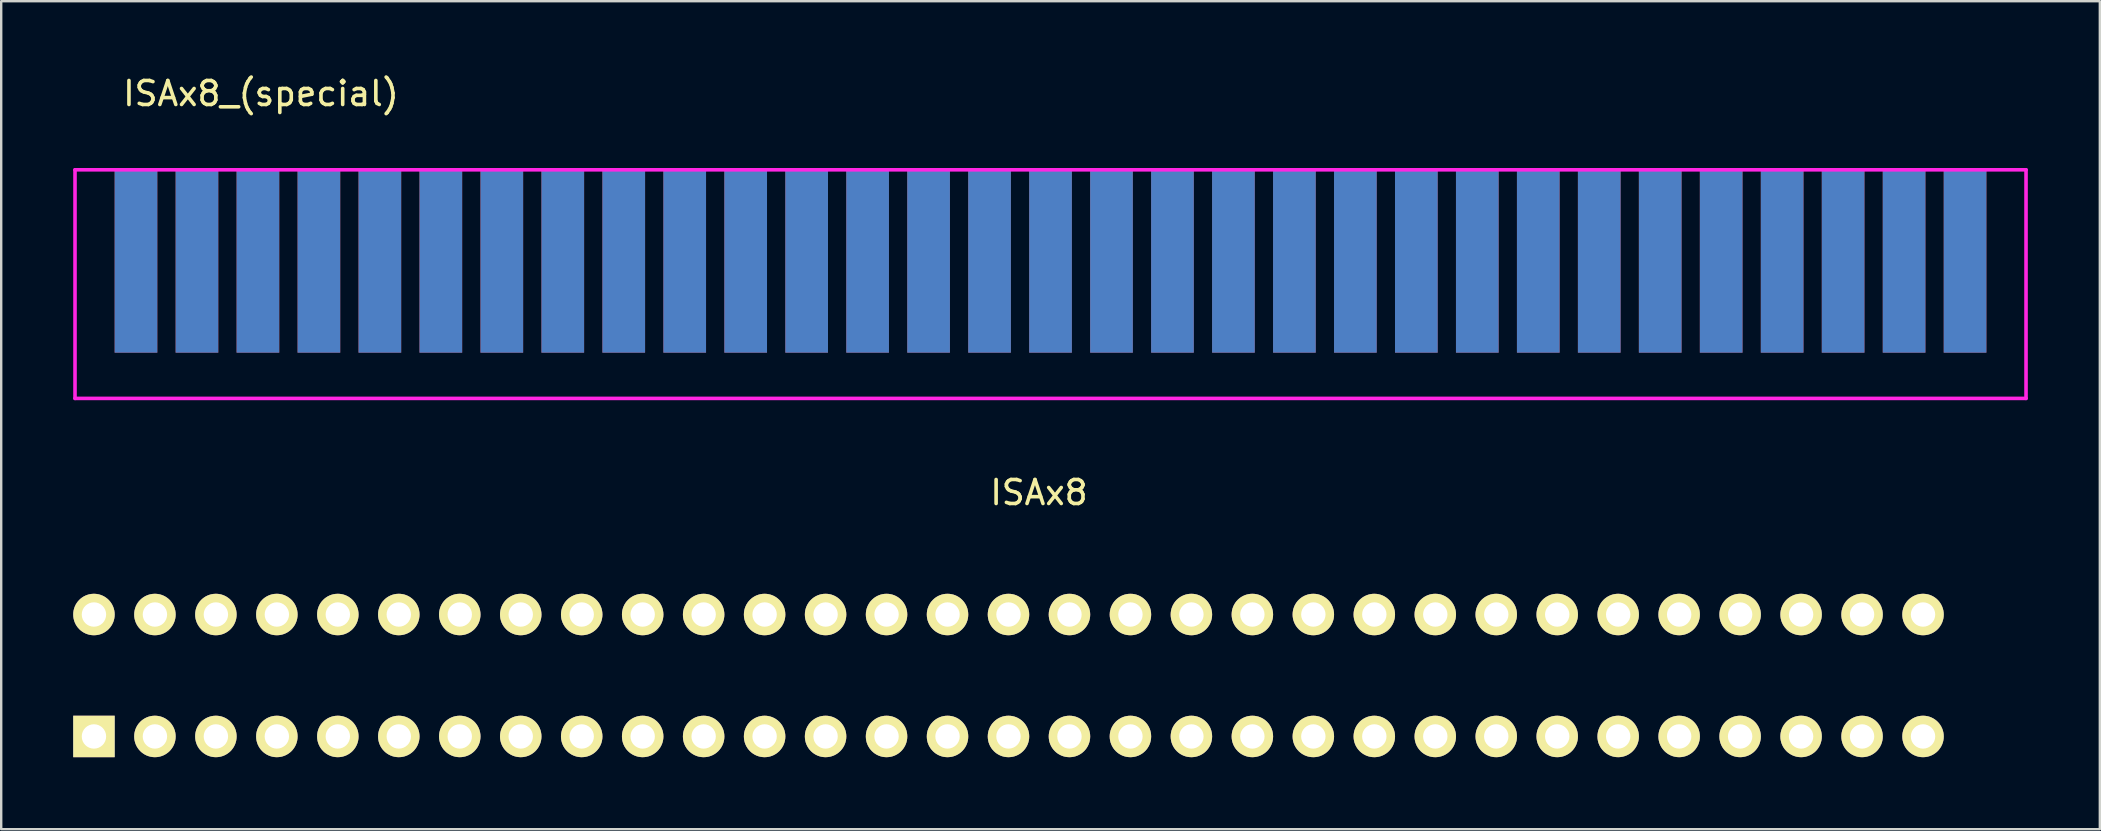
<source format=kicad_pcb>
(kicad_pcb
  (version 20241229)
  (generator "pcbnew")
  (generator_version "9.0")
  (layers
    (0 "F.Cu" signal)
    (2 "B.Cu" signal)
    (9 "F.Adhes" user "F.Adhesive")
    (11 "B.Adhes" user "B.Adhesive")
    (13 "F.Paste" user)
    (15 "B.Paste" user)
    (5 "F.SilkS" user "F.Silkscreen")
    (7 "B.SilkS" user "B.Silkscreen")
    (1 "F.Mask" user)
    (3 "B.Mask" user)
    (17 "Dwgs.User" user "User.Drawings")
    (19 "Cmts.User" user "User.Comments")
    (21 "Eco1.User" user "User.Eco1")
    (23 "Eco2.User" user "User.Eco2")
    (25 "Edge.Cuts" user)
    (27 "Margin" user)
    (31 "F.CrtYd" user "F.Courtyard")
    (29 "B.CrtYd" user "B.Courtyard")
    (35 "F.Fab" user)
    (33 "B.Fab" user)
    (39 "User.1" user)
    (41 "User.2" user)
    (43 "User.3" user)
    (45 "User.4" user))
  (footprint "ISAx8"
    (layer "F.Cu")
    (at 0.864 25.091)
    (property "Reference" "ISAx8" (at 39.37 -7.62 0) (layer "F.SilkS") (effects (font (size 1 1) (thickness 0.15))))
    (attr through_hole)
    (pad "1" thru_hole rect (at 0 2.54) (size 1.727 1.727) (drill 1.016) (layers "*.Cu" "*.Mask" "F.SilkS"))
    (pad "2" thru_hole oval (at 0 -2.54) (size 1.727 1.727) (drill 1.016) (layers "*.Cu" "*.Mask" "F.SilkS"))
    (pad "3" thru_hole oval (at 2.54 2.54) (size 1.727 1.727) (drill 1.016) (layers "*.Cu" "*.Mask" "F.SilkS"))
    (pad "4" thru_hole oval (at 2.54 -2.54) (size 1.727 1.727) (drill 1.016) (layers "*.Cu" "*.Mask" "F.SilkS"))
    (pad "5" thru_hole oval (at 5.08 2.54) (size 1.727 1.727) (drill 1.016) (layers "*.Cu" "*.Mask" "F.SilkS"))
    (pad "6" thru_hole oval (at 5.08 -2.54) (size 1.727 1.727) (drill 1.016) (layers "*.Cu" "*.Mask" "F.SilkS"))
    (pad "7" thru_hole oval (at 7.62 2.54) (size 1.727 1.727) (drill 1.016) (layers "*.Cu" "*.Mask" "F.SilkS"))
    (pad "8" thru_hole oval (at 7.62 -2.54) (size 1.727 1.727) (drill 1.016) (layers "*.Cu" "*.Mask" "F.SilkS"))
    (pad "9" thru_hole oval (at 10.16 2.54) (size 1.727 1.727) (drill 1.016) (layers "*.Cu" "*.Mask" "F.SilkS"))
    (pad "10" thru_hole oval (at 10.16 -2.54) (size 1.727 1.727) (drill 1.016) (layers "*.Cu" "*.Mask" "F.SilkS"))
    (pad "11" thru_hole oval (at 12.7 2.54) (size 1.727 1.727) (drill 1.016) (layers "*.Cu" "*.Mask" "F.SilkS"))
    (pad "12" thru_hole oval (at 12.7 -2.54) (size 1.727 1.727) (drill 1.016) (layers "*.Cu" "*.Mask" "F.SilkS"))
    (pad "13" thru_hole oval (at 15.24 2.54) (size 1.727 1.727) (drill 1.016) (layers "*.Cu" "*.Mask" "F.SilkS"))
    (pad "14" thru_hole oval (at 15.24 -2.54) (size 1.727 1.727) (drill 1.016) (layers "*.Cu" "*.Mask" "F.SilkS"))
    (pad "15" thru_hole oval (at 17.78 2.54) (size 1.727 1.727) (drill 1.016) (layers "*.Cu" "*.Mask" "F.SilkS"))
    (pad "16" thru_hole oval (at 17.78 -2.54) (size 1.727 1.727) (drill 1.016) (layers "*.Cu" "*.Mask" "F.SilkS"))
    (pad "17" thru_hole oval (at 20.32 2.54) (size 1.727 1.727) (drill 1.016) (layers "*.Cu" "*.Mask" "F.SilkS"))
    (pad "18" thru_hole oval (at 20.32 -2.54) (size 1.727 1.727) (drill 1.016) (layers "*.Cu" "*.Mask" "F.SilkS"))
    (pad "19" thru_hole oval (at 22.86 2.54) (size 1.727 1.727) (drill 1.016) (layers "*.Cu" "*.Mask" "F.SilkS"))
    (pad "20" thru_hole oval (at 22.86 -2.54) (size 1.727 1.727) (drill 1.016) (layers "*.Cu" "*.Mask" "F.SilkS"))
    (pad "21" thru_hole oval (at 25.4 2.54) (size 1.727 1.727) (drill 1.016) (layers "*.Cu" "*.Mask" "F.SilkS"))
    (pad "22" thru_hole oval (at 25.4 -2.54) (size 1.727 1.727) (drill 1.016) (layers "*.Cu" "*.Mask" "F.SilkS"))
    (pad "23" thru_hole oval (at 27.94 2.54) (size 1.727 1.727) (drill 1.016) (layers "*.Cu" "*.Mask" "F.SilkS"))
    (pad "24" thru_hole oval (at 27.94 -2.54) (size 1.727 1.727) (drill 1.016) (layers "*.Cu" "*.Mask" "F.SilkS"))
    (pad "25" thru_hole oval (at 30.48 2.54) (size 1.727 1.727) (drill 1.016) (layers "*.Cu" "*.Mask" "F.SilkS"))
    (pad "26" thru_hole oval (at 30.48 -2.54) (size 1.727 1.727) (drill 1.016) (layers "*.Cu" "*.Mask" "F.SilkS"))
    (pad "27" thru_hole oval (at 33.02 2.54) (size 1.727 1.727) (drill 1.016) (layers "*.Cu" "*.Mask" "F.SilkS"))
    (pad "28" thru_hole oval (at 33.02 -2.54) (size 1.727 1.727) (drill 1.016) (layers "*.Cu" "*.Mask" "F.SilkS"))
    (pad "29" thru_hole oval (at 35.56 2.54) (size 1.727 1.727) (drill 1.016) (layers "*.Cu" "*.Mask" "F.SilkS"))
    (pad "30" thru_hole oval (at 35.56 -2.54) (size 1.727 1.727) (drill 1.016) (layers "*.Cu" "*.Mask" "F.SilkS"))
    (pad "31" thru_hole oval (at 38.1 2.54) (size 1.727 1.727) (drill 1.016) (layers "*.Cu" "*.Mask" "F.SilkS"))
    (pad "32" thru_hole oval (at 38.1 -2.54) (size 1.727 1.727) (drill 1.016) (layers "*.Cu" "*.Mask" "F.SilkS"))
    (pad "33" thru_hole oval (at 40.64 2.54) (size 1.727 1.727) (drill 1.016) (layers "*.Cu" "*.Mask" "F.SilkS"))
    (pad "34" thru_hole oval (at 40.64 -2.54) (size 1.727 1.727) (drill 1.016) (layers "*.Cu" "*.Mask" "F.SilkS"))
    (pad "35" thru_hole oval (at 43.18 2.54) (size 1.727 1.727) (drill 1.016) (layers "*.Cu" "*.Mask" "F.SilkS"))
    (pad "36" thru_hole oval (at 43.18 -2.54) (size 1.727 1.727) (drill 1.016) (layers "*.Cu" "*.Mask" "F.SilkS"))
    (pad "37" thru_hole oval (at 45.72 2.54) (size 1.727 1.727) (drill 1.016) (layers "*.Cu" "*.Mask" "F.SilkS"))
    (pad "38" thru_hole oval (at 45.72 -2.54) (size 1.727 1.727) (drill 1.016) (layers "*.Cu" "*.Mask" "F.SilkS"))
    (pad "39" thru_hole oval (at 48.26 2.54) (size 1.727 1.727) (drill 1.016) (layers "*.Cu" "*.Mask" "F.SilkS"))
    (pad "40" thru_hole oval (at 48.26 -2.54) (size 1.727 1.727) (drill 1.016) (layers "*.Cu" "*.Mask" "F.SilkS"))
    (pad "41" thru_hole oval (at 50.8 2.54) (size 1.727 1.727) (drill 1.016) (layers "*.Cu" "*.Mask" "F.SilkS"))
    (pad "42" thru_hole oval (at 50.8 -2.54) (size 1.727 1.727) (drill 1.016) (layers "*.Cu" "*.Mask" "F.SilkS"))
    (pad "43" thru_hole oval (at 53.34 2.54) (size 1.727 1.727) (drill 1.016) (layers "*.Cu" "*.Mask" "F.SilkS"))
    (pad "44" thru_hole oval (at 53.34 -2.54) (size 1.727 1.727) (drill 1.016) (layers "*.Cu" "*.Mask" "F.SilkS"))
    (pad "45" thru_hole oval (at 55.88 2.54) (size 1.727 1.727) (drill 1.016) (layers "*.Cu" "*.Mask" "F.SilkS"))
    (pad "46" thru_hole oval (at 55.88 -2.54) (size 1.727 1.727) (drill 1.016) (layers "*.Cu" "*.Mask" "F.SilkS"))
    (pad "47" thru_hole oval (at 58.42 2.54) (size 1.727 1.727) (drill 1.016) (layers "*.Cu" "*.Mask" "F.SilkS"))
    (pad "48" thru_hole oval (at 58.42 -2.54) (size 1.727 1.727) (drill 1.016) (layers "*.Cu" "*.Mask" "F.SilkS"))
    (pad "49" thru_hole oval (at 60.96 2.54) (size 1.727 1.727) (drill 1.016) (layers "*.Cu" "*.Mask" "F.SilkS"))
    (pad "50" thru_hole oval (at 60.96 -2.54) (size 1.727 1.727) (drill 1.016) (layers "*.Cu" "*.Mask" "F.SilkS"))
    (pad "51" thru_hole oval (at 63.5 2.54) (size 1.727 1.727) (drill 1.016) (layers "*.Cu" "*.Mask" "F.SilkS"))
    (pad "52" thru_hole oval (at 63.5 -2.54) (size 1.727 1.727) (drill 1.016) (layers "*.Cu" "*.Mask" "F.SilkS"))
    (pad "53" thru_hole oval (at 66.04 2.54) (size 1.727 1.727) (drill 1.016) (layers "*.Cu" "*.Mask" "F.SilkS"))
    (pad "54" thru_hole oval (at 66.04 -2.54) (size 1.727 1.727) (drill 1.016) (layers "*.Cu" "*.Mask" "F.SilkS"))
    (pad "55" thru_hole oval (at 68.58 2.54) (size 1.727 1.727) (drill 1.016) (layers "*.Cu" "*.Mask" "F.SilkS"))
    (pad "56" thru_hole oval (at 68.58 -2.54) (size 1.727 1.727) (drill 1.016) (layers "*.Cu" "*.Mask" "F.SilkS"))
    (pad "57" thru_hole oval (at 71.12 2.54) (size 1.727 1.727) (drill 1.016) (layers "*.Cu" "*.Mask" "F.SilkS"))
    (pad "58" thru_hole oval (at 71.12 -2.54) (size 1.727 1.727) (drill 1.016) (layers "*.Cu" "*.Mask" "F.SilkS"))
    (pad "59" thru_hole oval (at 73.66 2.54) (size 1.727 1.727) (drill 1.016) (layers "*.Cu" "*.Mask" "F.SilkS"))
    (pad "60" thru_hole oval (at 73.66 -2.54) (size 1.727 1.727) (drill 1.016) (layers "*.Cu" "*.Mask" "F.SilkS"))
    (pad "61" thru_hole oval (at 76.2 2.54) (size 1.727 1.727) (drill 1.016) (layers "*.Cu" "*.Mask" "F.SilkS"))
    (pad "62" thru_hole oval (at 76.2 -2.54) (size 1.727 1.727) (drill 1.016) (layers "*.Cu" "*.Mask" "F.SilkS")))
  (footprint "ISAx8_(special)"
    (layer "F.Cu")
    (at 15.315 6.563)
    (property "Reference" "ISAx8_(special)" (at -7.493 -5.715 0) (layer "F.SilkS") (effects (font (size 1 1) (thickness 0.15))))
    (attr through_hole)
    (fp_line (start -15.24 -2.54) (end -15.24 6.985) (stroke (width 0.15) (type solid)) (layer "F.CrtYd"))
    (fp_line (start -15.24 6.985) (end 66.04 6.985) (stroke (width 0.15) (type solid)) (layer "F.CrtYd"))
    (fp_line (start 66.04 -2.54) (end -15.24 -2.54) (stroke (width 0.15) (type solid)) (layer "F.CrtYd"))
    (fp_line (start 66.04 6.985) (end 66.04 -2.54) (stroke (width 0.15) (type solid)) (layer "F.CrtYd"))
    (pad "A1" smd rect (at 63.5 1.27) (size 1.778 7.62) (layers "F.Cu" "F.Mask" "F.Paste"))
    (pad "A2" smd rect (at 60.96 1.27) (size 1.778 7.62) (layers "F.Cu" "F.Mask" "F.Paste"))
    (pad "A3" smd rect (at 58.42 1.27) (size 1.778 7.62) (layers "F.Cu" "F.Mask" "F.Paste"))
    (pad "A4" smd rect (at 55.88 1.27) (size 1.778 7.62) (layers "F.Cu" "F.Mask" "F.Paste"))
    (pad "A5" smd rect (at 53.34 1.27) (size 1.778 7.62) (layers "F.Cu" "F.Mask" "F.Paste"))
    (pad "A6" smd rect (at 50.8 1.27) (size 1.778 7.62) (layers "F.Cu" "F.Mask" "F.Paste"))
    (pad "A7" smd rect (at 48.26 1.27) (size 1.778 7.62) (layers "F.Cu" "F.Mask" "F.Paste"))
    (pad "A8" smd rect (at 45.72 1.27) (size 1.778 7.62) (layers "F.Cu" "F.Mask" "F.Paste"))
    (pad "A9" smd rect (at 43.18 1.27) (size 1.778 7.62) (layers "F.Cu" "F.Mask" "F.Paste"))
    (pad "A10" smd rect (at 40.64 1.27) (size 1.778 7.62) (layers "F.Cu" "F.Mask" "F.Paste"))
    (pad "A11" smd rect (at 38.1 1.27) (size 1.778 7.62) (layers "F.Cu" "F.Mask" "F.Paste"))
    (pad "A12" smd rect (at 35.56 1.27) (size 1.778 7.62) (layers "F.Cu" "F.Mask" "F.Paste"))
    (pad "A13" smd rect (at 33.02 1.27) (size 1.778 7.62) (layers "F.Cu" "F.Mask" "F.Paste"))
    (pad "A14" smd rect (at 30.48 1.27) (size 1.778 7.62) (layers "F.Cu" "F.Mask" "F.Paste"))
    (pad "A15" smd rect (at 27.94 1.27) (size 1.778 7.62) (layers "F.Cu" "F.Mask" "F.Paste"))
    (pad "A16" smd rect (at 25.4 1.27) (size 1.778 7.62) (layers "F.Cu" "F.Mask" "F.Paste"))
    (pad "A17" smd rect (at 22.86 1.27) (size 1.778 7.62) (layers "F.Cu" "F.Mask" "F.Paste"))
    (pad "A18" smd rect (at 20.32 1.27) (size 1.778 7.62) (layers "F.Cu" "F.Mask" "F.Paste"))
    (pad "A19" smd rect (at 17.78 1.27) (size 1.778 7.62) (layers "F.Cu" "F.Mask" "F.Paste"))
    (pad "A20" smd rect (at 15.24 1.27) (size 1.778 7.62) (layers "F.Cu" "F.Mask" "F.Paste"))
    (pad "A21" smd rect (at 12.7 1.27) (size 1.778 7.62) (layers "F.Cu" "F.Mask" "F.Paste"))
    (pad "A22" smd rect (at 10.16 1.27) (size 1.778 7.62) (layers "F.Cu" "F.Mask" "F.Paste"))
    (pad "A23" smd rect (at 7.62 1.27) (size 1.778 7.62) (layers "F.Cu" "F.Mask" "F.Paste"))
    (pad "A24" smd rect (at 5.08 1.27) (size 1.778 7.62) (layers "F.Cu" "F.Mask" "F.Paste"))
    (pad "A25" smd rect (at 2.54 1.27) (size 1.778 7.62) (layers "F.Cu" "F.Mask" "F.Paste"))
    (pad "A26" smd rect (at 0 1.27) (size 1.778 7.62) (layers "F.Cu" "F.Mask" "F.Paste"))
    (pad "A27" smd rect (at -2.54 1.27) (size 1.778 7.62) (layers "F.Cu" "F.Mask" "F.Paste"))
    (pad "A28" smd rect (at -5.08 1.27) (size 1.778 7.62) (layers "F.Cu" "F.Mask" "F.Paste"))
    (pad "A29" smd rect (at -7.62 1.27) (size 1.778 7.62) (layers "F.Cu" "F.Mask" "F.Paste"))
    (pad "A30" smd rect (at -10.16 1.27) (size 1.778 7.62) (layers "F.Cu" "F.Mask" "F.Paste"))
    (pad "A31" smd rect (at -12.7 1.27) (size 1.778 7.62) (layers "F.Cu" "F.Mask" "F.Paste"))
    (pad "B1" smd rect (at 63.5 1.27) (size 1.778 7.62) (layers "B.Cu" "B.Mask" "B.Paste"))
    (pad "B2" smd rect (at 60.96 1.27) (size 1.778 7.62) (layers "B.Cu" "B.Mask" "B.Paste"))
    (pad "B3" smd rect (at 58.42 1.27) (size 1.778 7.62) (layers "B.Cu" "B.Mask" "B.Paste"))
    (pad "B4" smd rect (at 55.88 1.27) (size 1.778 7.62) (layers "B.Cu" "B.Mask" "B.Paste"))
    (pad "B5" smd rect (at 53.34 1.27) (size 1.778 7.62) (layers "B.Cu" "B.Mask" "B.Paste"))
    (pad "B6" smd rect (at 50.8 1.27) (size 1.778 7.62) (layers "B.Cu" "B.Mask" "B.Paste"))
    (pad "B7" smd rect (at 48.26 1.27) (size 1.778 7.62) (layers "B.Cu" "B.Mask" "B.Paste"))
    (pad "B8" smd rect (at 45.72 1.27) (size 1.778 7.62) (layers "B.Cu" "B.Mask" "B.Paste"))
    (pad "B9" smd rect (at 43.18 1.27) (size 1.778 7.62) (layers "B.Cu" "B.Mask" "B.Paste"))
    (pad "B10" smd rect (at 40.64 1.27) (size 1.778 7.62) (layers "B.Cu" "B.Mask" "B.Paste"))
    (pad "B11" smd rect (at 38.1 1.27) (size 1.778 7.62) (layers "B.Cu" "B.Mask" "B.Paste"))
    (pad "B12" smd rect (at 35.56 1.27) (size 1.778 7.62) (layers "B.Cu" "B.Mask" "B.Paste"))
    (pad "B13" smd rect (at 33.02 1.27) (size 1.778 7.62) (layers "B.Cu" "B.Mask" "B.Paste"))
    (pad "B14" smd rect (at 30.48 1.27) (size 1.778 7.62) (layers "B.Cu" "B.Mask" "B.Paste"))
    (pad "B15" smd rect (at 27.94 1.27) (size 1.778 7.62) (layers "B.Cu" "B.Mask" "B.Paste"))
    (pad "B16" smd rect (at 25.4 1.27) (size 1.778 7.62) (layers "B.Cu" "B.Mask" "B.Paste"))
    (pad "B17" smd rect (at 22.86 1.27) (size 1.778 7.62) (layers "B.Cu" "B.Mask" "B.Paste"))
    (pad "B18" smd rect (at 20.32 1.27) (size 1.778 7.62) (layers "B.Cu" "B.Mask" "B.Paste"))
    (pad "B19" smd rect (at 17.78 1.27) (size 1.778 7.62) (layers "B.Cu" "B.Mask" "B.Paste"))
    (pad "B20" smd rect (at 15.24 1.27) (size 1.778 7.62) (layers "B.Cu" "B.Mask" "B.Paste"))
    (pad "B21" smd rect (at 12.7 1.27) (size 1.778 7.62) (layers "B.Cu" "B.Mask" "B.Paste"))
    (pad "B22" smd rect (at 10.16 1.27) (size 1.778 7.62) (layers "B.Cu" "B.Mask" "B.Paste"))
    (pad "B23" smd rect (at 7.62 1.27) (size 1.778 7.62) (layers "B.Cu" "B.Mask" "B.Paste"))
    (pad "B24" smd rect (at 5.08 1.27) (size 1.778 7.62) (layers "B.Cu" "B.Mask" "B.Paste"))
    (pad "B25" smd rect (at 2.54 1.27) (size 1.778 7.62) (layers "B.Cu" "B.Mask" "B.Paste"))
    (pad "B26" smd rect (at 0 1.27) (size 1.778 7.62) (layers "B.Cu" "B.Mask" "B.Paste"))
    (pad "B27" smd rect (at -2.54 1.27) (size 1.778 7.62) (layers "B.Cu" "B.Mask" "B.Paste"))
    (pad "B28" smd rect (at -5.08 1.27) (size 1.778 7.62) (layers "B.Cu" "B.Mask" "B.Paste"))
    (pad "B29" smd rect (at -7.62 1.27) (size 1.778 7.62) (layers "B.Cu" "B.Mask" "B.Paste"))
    (pad "B30" smd rect (at -10.16 1.27) (size 1.778 7.62) (layers "B.Cu" "B.Mask" "B.Paste"))
    (pad "B31" smd rect (at -12.7 1.27) (size 1.778 7.62) (layers "B.Cu" "B.Mask" "B.Paste")))
  (gr_rect
    (start -3 -3)
    (end 84.43 31.495)
    (stroke (width 0.1) (type default))
    (fill no)
    (layer "Edge.Cuts")))
</source>
